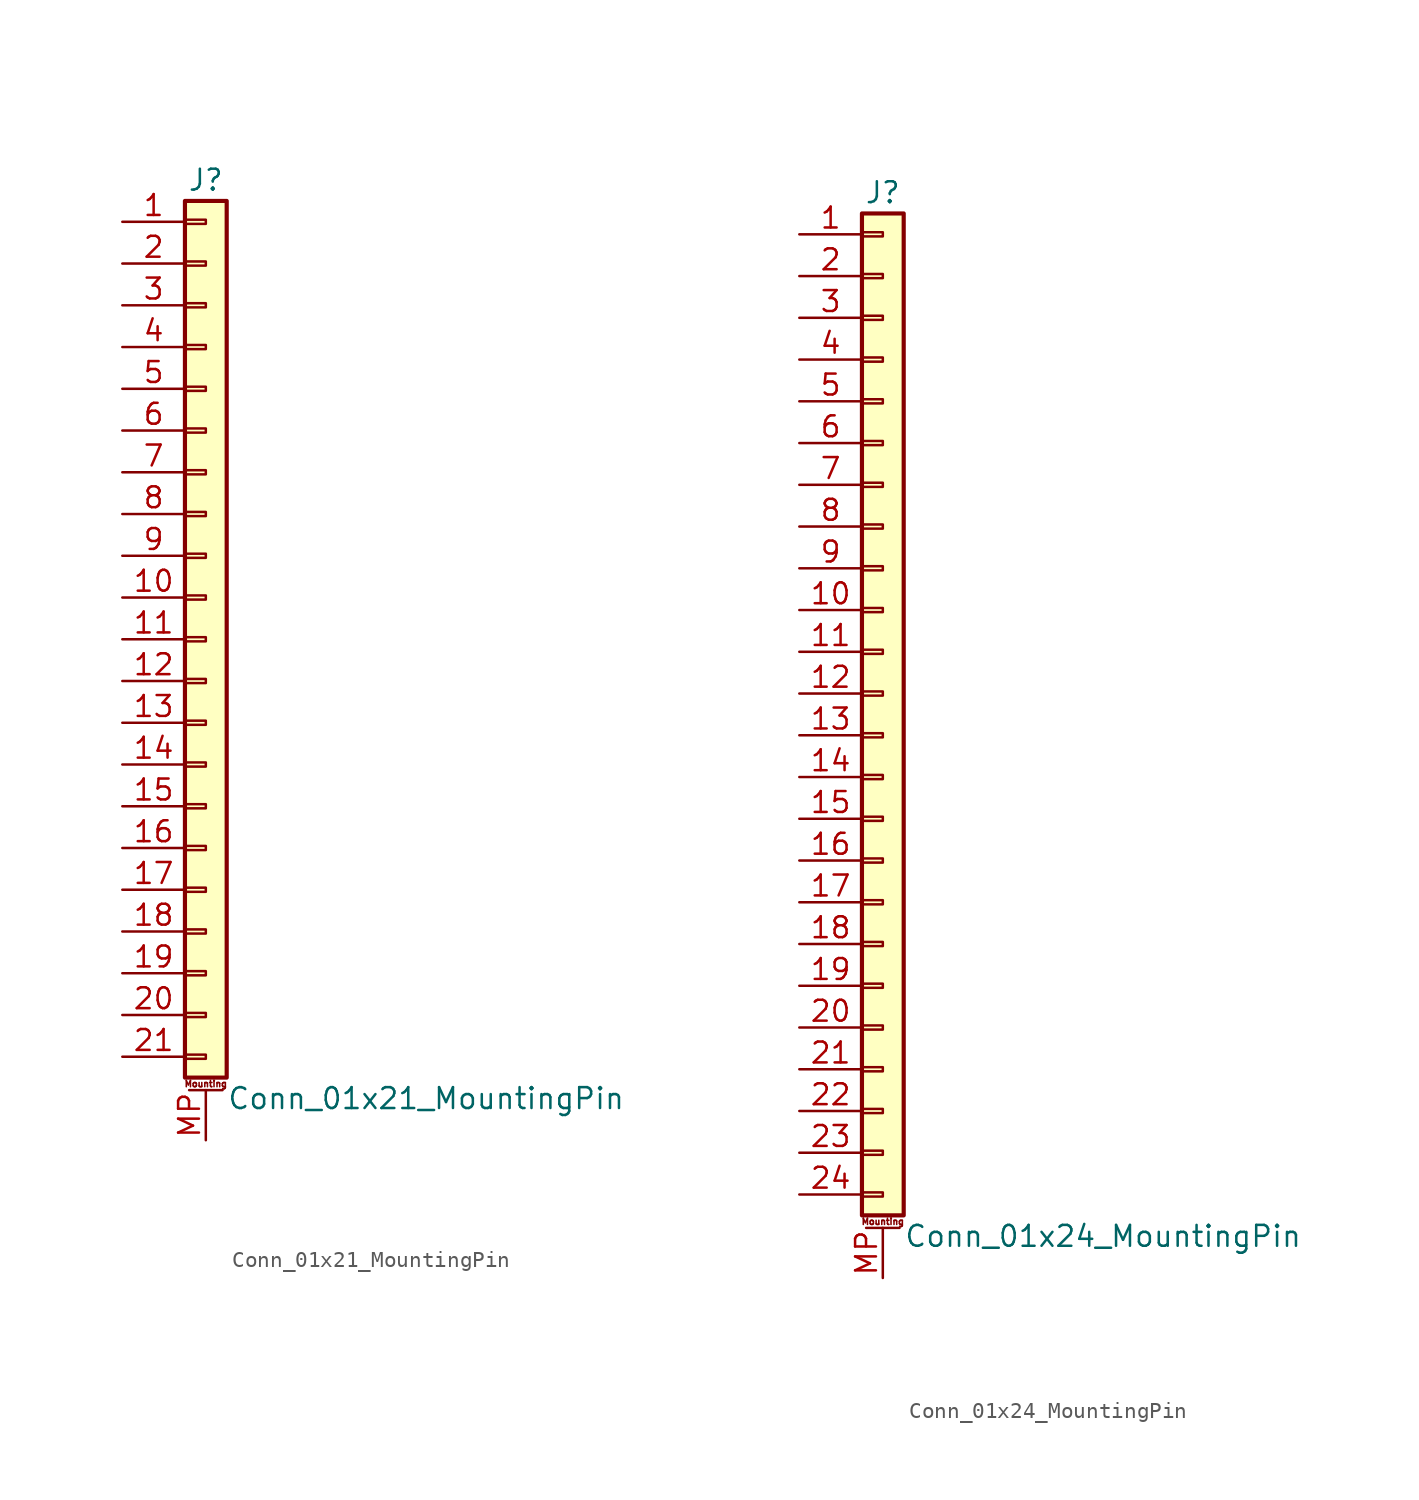
<source format=kicad_sym>
(kicad_symbol_lib
  (version 20220914)
  (generator kicad_symbol_editor)
  (symbol "Conn_01x21_MountingPin"
    (pin_names
      (offset 1.016) hide)
    (property "Reference" "J"
      (at 0 27.94 0)
      (effects (font (size 1.27 1.27))))
    (property "Value" "Conn_01x21_MountingPin"
      (at 1.27 -27.94 0)
      (effects (font (size 1.27 1.27)) (justify left)))
    (symbol "Conn_01x21_MountingPin_1_1"
      (rectangle (start -1.27 -25.273) (end 0 -25.527) (stroke (width 0.152) (type default)) (fill (type none)))
      (rectangle (start -1.27 -22.733) (end 0 -22.987) (stroke (width 0.152) (type default)) (fill (type none)))
      (rectangle (start -1.27 -20.193) (end 0 -20.447) (stroke (width 0.152) (type default)) (fill (type none)))
      (rectangle (start -1.27 -17.653) (end 0 -17.907) (stroke (width 0.152) (type default)) (fill (type none)))
      (rectangle (start -1.27 -15.113) (end 0 -15.367) (stroke (width 0.152) (type default)) (fill (type none)))
      (rectangle (start -1.27 -12.573) (end 0 -12.827) (stroke (width 0.152) (type default)) (fill (type none)))
      (rectangle (start -1.27 -10.033) (end 0 -10.287) (stroke (width 0.152) (type default)) (fill (type none)))
      (rectangle (start -1.27 -7.493) (end 0 -7.747) (stroke (width 0.152) (type default)) (fill (type none)))
      (rectangle (start -1.27 -4.953) (end 0 -5.207) (stroke (width 0.152) (type default)) (fill (type none)))
      (rectangle (start -1.27 -2.413) (end 0 -2.667) (stroke (width 0.152) (type default)) (fill (type none)))
      (rectangle (start -1.27 0.127) (end 0 -0.127) (stroke (width 0.152) (type default)) (fill (type none)))
      (rectangle (start -1.27 2.667) (end 0 2.413) (stroke (width 0.152) (type default)) (fill (type none)))
      (rectangle (start -1.27 5.207) (end 0 4.953) (stroke (width 0.152) (type default)) (fill (type none)))
      (rectangle (start -1.27 7.747) (end 0 7.493) (stroke (width 0.152) (type default)) (fill (type none)))
      (rectangle (start -1.27 10.287) (end 0 10.033) (stroke (width 0.152) (type default)) (fill (type none)))
      (rectangle (start -1.27 12.827) (end 0 12.573) (stroke (width 0.152) (type default)) (fill (type none)))
      (rectangle (start -1.27 15.367) (end 0 15.113) (stroke (width 0.152) (type default)) (fill (type none)))
      (rectangle (start -1.27 17.907) (end 0 17.653) (stroke (width 0.152) (type default)) (fill (type none)))
      (rectangle (start -1.27 20.447) (end 0 20.193) (stroke (width 0.152) (type default)) (fill (type none)))
      (rectangle (start -1.27 22.987) (end 0 22.733) (stroke (width 0.152) (type default)) (fill (type none)))
      (rectangle (start -1.27 25.527) (end 0 25.273) (stroke (width 0.152) (type default)) (fill (type none)))
      (rectangle (start -1.27 26.67) (end 1.27 -26.67) (stroke (width 0.254) (type default)) (fill (type background)))
      (polyline (pts (xy -1.016 -27.432) (xy 1.016 -27.432)) (stroke (width 0.152) (type default)) (fill (type none)))
      (text "Mounting" (at 0 -27.051 0) (effects (font (size 0.381 0.381))))
      (pin passive line (at -5.08 25.4 0) (length 3.81) (name "Pin_1" (effects (font (size 1.27 1.27)))) (number "1" (effects (font (size 1.27 1.27)))))
      (pin passive line (at -5.08 2.54 0) (length 3.81) (name "Pin_10" (effects (font (size 1.27 1.27)))) (number "10" (effects (font (size 1.27 1.27)))))
      (pin passive line (at -5.08 0 0) (length 3.81) (name "Pin_11" (effects (font (size 1.27 1.27)))) (number "11" (effects (font (size 1.27 1.27)))))
      (pin passive line (at -5.08 -2.54 0) (length 3.81) (name "Pin_12" (effects (font (size 1.27 1.27)))) (number "12" (effects (font (size 1.27 1.27)))))
      (pin passive line (at -5.08 -5.08 0) (length 3.81) (name "Pin_13" (effects (font (size 1.27 1.27)))) (number "13" (effects (font (size 1.27 1.27)))))
      (pin passive line (at -5.08 -7.62 0) (length 3.81) (name "Pin_14" (effects (font (size 1.27 1.27)))) (number "14" (effects (font (size 1.27 1.27)))))
      (pin passive line (at -5.08 -10.16 0) (length 3.81) (name "Pin_15" (effects (font (size 1.27 1.27)))) (number "15" (effects (font (size 1.27 1.27)))))
      (pin passive line (at -5.08 -12.7 0) (length 3.81) (name "Pin_16" (effects (font (size 1.27 1.27)))) (number "16" (effects (font (size 1.27 1.27)))))
      (pin passive line (at -5.08 -15.24 0) (length 3.81) (name "Pin_17" (effects (font (size 1.27 1.27)))) (number "17" (effects (font (size 1.27 1.27)))))
      (pin passive line (at -5.08 -17.78 0) (length 3.81) (name "Pin_18" (effects (font (size 1.27 1.27)))) (number "18" (effects (font (size 1.27 1.27)))))
      (pin passive line (at -5.08 -20.32 0) (length 3.81) (name "Pin_19" (effects (font (size 1.27 1.27)))) (number "19" (effects (font (size 1.27 1.27)))))
      (pin passive line (at -5.08 22.86 0) (length 3.81) (name "Pin_2" (effects (font (size 1.27 1.27)))) (number "2" (effects (font (size 1.27 1.27)))))
      (pin passive line (at -5.08 -22.86 0) (length 3.81) (name "Pin_20" (effects (font (size 1.27 1.27)))) (number "20" (effects (font (size 1.27 1.27)))))
      (pin passive line (at -5.08 -25.4 0) (length 3.81) (name "Pin_21" (effects (font (size 1.27 1.27)))) (number "21" (effects (font (size 1.27 1.27)))))
      (pin passive line (at -5.08 20.32 0) (length 3.81) (name "Pin_3" (effects (font (size 1.27 1.27)))) (number "3" (effects (font (size 1.27 1.27)))))
      (pin passive line (at -5.08 17.78 0) (length 3.81) (name "Pin_4" (effects (font (size 1.27 1.27)))) (number "4" (effects (font (size 1.27 1.27)))))
      (pin passive line (at -5.08 15.24 0) (length 3.81) (name "Pin_5" (effects (font (size 1.27 1.27)))) (number "5" (effects (font (size 1.27 1.27)))))
      (pin passive line (at -5.08 12.7 0) (length 3.81) (name "Pin_6" (effects (font (size 1.27 1.27)))) (number "6" (effects (font (size 1.27 1.27)))))
      (pin passive line (at -5.08 10.16 0) (length 3.81) (name "Pin_7" (effects (font (size 1.27 1.27)))) (number "7" (effects (font (size 1.27 1.27)))))
      (pin passive line (at -5.08 7.62 0) (length 3.81) (name "Pin_8" (effects (font (size 1.27 1.27)))) (number "8" (effects (font (size 1.27 1.27)))))
      (pin passive line (at -5.08 5.08 0) (length 3.81) (name "Pin_9" (effects (font (size 1.27 1.27)))) (number "9" (effects (font (size 1.27 1.27)))))
      (pin passive line (at 0 -30.48 90) (length 3.048) (name "MountPin" (effects (font (size 1.27 1.27)))) (number "MP" (effects (font (size 1.27 1.27)))))))
  (symbol "Conn_01x24_MountingPin"
    (pin_names
      (offset 1.016) hide)
    (property "Reference" "J"
      (at 0 30.48 0)
      (effects (font (size 1.27 1.27))))
    (property "Value" "Conn_01x24_MountingPin"
      (at 1.27 -33.02 0)
      (effects (font (size 1.27 1.27)) (justify left)))
    (symbol "Conn_01x24_MountingPin_1_1"
      (rectangle (start -1.27 -30.353) (end 0 -30.607) (stroke (width 0.152) (type default)) (fill (type none)))
      (rectangle (start -1.27 -27.813) (end 0 -28.067) (stroke (width 0.152) (type default)) (fill (type none)))
      (rectangle (start -1.27 -25.273) (end 0 -25.527) (stroke (width 0.152) (type default)) (fill (type none)))
      (rectangle (start -1.27 -22.733) (end 0 -22.987) (stroke (width 0.152) (type default)) (fill (type none)))
      (rectangle (start -1.27 -20.193) (end 0 -20.447) (stroke (width 0.152) (type default)) (fill (type none)))
      (rectangle (start -1.27 -17.653) (end 0 -17.907) (stroke (width 0.152) (type default)) (fill (type none)))
      (rectangle (start -1.27 -15.113) (end 0 -15.367) (stroke (width 0.152) (type default)) (fill (type none)))
      (rectangle (start -1.27 -12.573) (end 0 -12.827) (stroke (width 0.152) (type default)) (fill (type none)))
      (rectangle (start -1.27 -10.033) (end 0 -10.287) (stroke (width 0.152) (type default)) (fill (type none)))
      (rectangle (start -1.27 -7.493) (end 0 -7.747) (stroke (width 0.152) (type default)) (fill (type none)))
      (rectangle (start -1.27 -4.953) (end 0 -5.207) (stroke (width 0.152) (type default)) (fill (type none)))
      (rectangle (start -1.27 -2.413) (end 0 -2.667) (stroke (width 0.152) (type default)) (fill (type none)))
      (rectangle (start -1.27 0.127) (end 0 -0.127) (stroke (width 0.152) (type default)) (fill (type none)))
      (rectangle (start -1.27 2.667) (end 0 2.413) (stroke (width 0.152) (type default)) (fill (type none)))
      (rectangle (start -1.27 5.207) (end 0 4.953) (stroke (width 0.152) (type default)) (fill (type none)))
      (rectangle (start -1.27 7.747) (end 0 7.493) (stroke (width 0.152) (type default)) (fill (type none)))
      (rectangle (start -1.27 10.287) (end 0 10.033) (stroke (width 0.152) (type default)) (fill (type none)))
      (rectangle (start -1.27 12.827) (end 0 12.573) (stroke (width 0.152) (type default)) (fill (type none)))
      (rectangle (start -1.27 15.367) (end 0 15.113) (stroke (width 0.152) (type default)) (fill (type none)))
      (rectangle (start -1.27 17.907) (end 0 17.653) (stroke (width 0.152) (type default)) (fill (type none)))
      (rectangle (start -1.27 20.447) (end 0 20.193) (stroke (width 0.152) (type default)) (fill (type none)))
      (rectangle (start -1.27 22.987) (end 0 22.733) (stroke (width 0.152) (type default)) (fill (type none)))
      (rectangle (start -1.27 25.527) (end 0 25.273) (stroke (width 0.152) (type default)) (fill (type none)))
      (rectangle (start -1.27 28.067) (end 0 27.813) (stroke (width 0.152) (type default)) (fill (type none)))
      (rectangle (start -1.27 29.21) (end 1.27 -31.75) (stroke (width 0.254) (type default)) (fill (type background)))
      (polyline (pts (xy -1.016 -32.512) (xy 1.016 -32.512)) (stroke (width 0.152) (type default)) (fill (type none)))
      (text "Mounting" (at 0 -32.131 0) (effects (font (size 0.381 0.381))))
      (pin passive line (at -5.08 27.94 0) (length 3.81) (name "Pin_1" (effects (font (size 1.27 1.27)))) (number "1" (effects (font (size 1.27 1.27)))))
      (pin passive line (at -5.08 5.08 0) (length 3.81) (name "Pin_10" (effects (font (size 1.27 1.27)))) (number "10" (effects (font (size 1.27 1.27)))))
      (pin passive line (at -5.08 2.54 0) (length 3.81) (name "Pin_11" (effects (font (size 1.27 1.27)))) (number "11" (effects (font (size 1.27 1.27)))))
      (pin passive line (at -5.08 0 0) (length 3.81) (name "Pin_12" (effects (font (size 1.27 1.27)))) (number "12" (effects (font (size 1.27 1.27)))))
      (pin passive line (at -5.08 -2.54 0) (length 3.81) (name "Pin_13" (effects (font (size 1.27 1.27)))) (number "13" (effects (font (size 1.27 1.27)))))
      (pin passive line (at -5.08 -5.08 0) (length 3.81) (name "Pin_14" (effects (font (size 1.27 1.27)))) (number "14" (effects (font (size 1.27 1.27)))))
      (pin passive line (at -5.08 -7.62 0) (length 3.81) (name "Pin_15" (effects (font (size 1.27 1.27)))) (number "15" (effects (font (size 1.27 1.27)))))
      (pin passive line (at -5.08 -10.16 0) (length 3.81) (name "Pin_16" (effects (font (size 1.27 1.27)))) (number "16" (effects (font (size 1.27 1.27)))))
      (pin passive line (at -5.08 -12.7 0) (length 3.81) (name "Pin_17" (effects (font (size 1.27 1.27)))) (number "17" (effects (font (size 1.27 1.27)))))
      (pin passive line (at -5.08 -15.24 0) (length 3.81) (name "Pin_18" (effects (font (size 1.27 1.27)))) (number "18" (effects (font (size 1.27 1.27)))))
      (pin passive line (at -5.08 -17.78 0) (length 3.81) (name "Pin_19" (effects (font (size 1.27 1.27)))) (number "19" (effects (font (size 1.27 1.27)))))
      (pin passive line (at -5.08 25.4 0) (length 3.81) (name "Pin_2" (effects (font (size 1.27 1.27)))) (number "2" (effects (font (size 1.27 1.27)))))
      (pin passive line (at -5.08 -20.32 0) (length 3.81) (name "Pin_20" (effects (font (size 1.27 1.27)))) (number "20" (effects (font (size 1.27 1.27)))))
      (pin passive line (at -5.08 -22.86 0) (length 3.81) (name "Pin_21" (effects (font (size 1.27 1.27)))) (number "21" (effects (font (size 1.27 1.27)))))
      (pin passive line (at -5.08 -25.4 0) (length 3.81) (name "Pin_22" (effects (font (size 1.27 1.27)))) (number "22" (effects (font (size 1.27 1.27)))))
      (pin passive line (at -5.08 -27.94 0) (length 3.81) (name "Pin_23" (effects (font (size 1.27 1.27)))) (number "23" (effects (font (size 1.27 1.27)))))
      (pin passive line (at -5.08 -30.48 0) (length 3.81) (name "Pin_24" (effects (font (size 1.27 1.27)))) (number "24" (effects (font (size 1.27 1.27)))))
      (pin passive line (at -5.08 22.86 0) (length 3.81) (name "Pin_3" (effects (font (size 1.27 1.27)))) (number "3" (effects (font (size 1.27 1.27)))))
      (pin passive line (at -5.08 20.32 0) (length 3.81) (name "Pin_4" (effects (font (size 1.27 1.27)))) (number "4" (effects (font (size 1.27 1.27)))))
      (pin passive line (at -5.08 17.78 0) (length 3.81) (name "Pin_5" (effects (font (size 1.27 1.27)))) (number "5" (effects (font (size 1.27 1.27)))))
      (pin passive line (at -5.08 15.24 0) (length 3.81) (name "Pin_6" (effects (font (size 1.27 1.27)))) (number "6" (effects (font (size 1.27 1.27)))))
      (pin passive line (at -5.08 12.7 0) (length 3.81) (name "Pin_7" (effects (font (size 1.27 1.27)))) (number "7" (effects (font (size 1.27 1.27)))))
      (pin passive line (at -5.08 10.16 0) (length 3.81) (name "Pin_8" (effects (font (size 1.27 1.27)))) (number "8" (effects (font (size 1.27 1.27)))))
      (pin passive line (at -5.08 7.62 0) (length 3.81) (name "Pin_9" (effects (font (size 1.27 1.27)))) (number "9" (effects (font (size 1.27 1.27)))))
      (pin passive line (at 0 -35.56 90) (length 3.048) (name "MountPin" (effects (font (size 1.27 1.27)))) (number "MP" (effects (font (size 1.27 1.27))))))))
</source>
